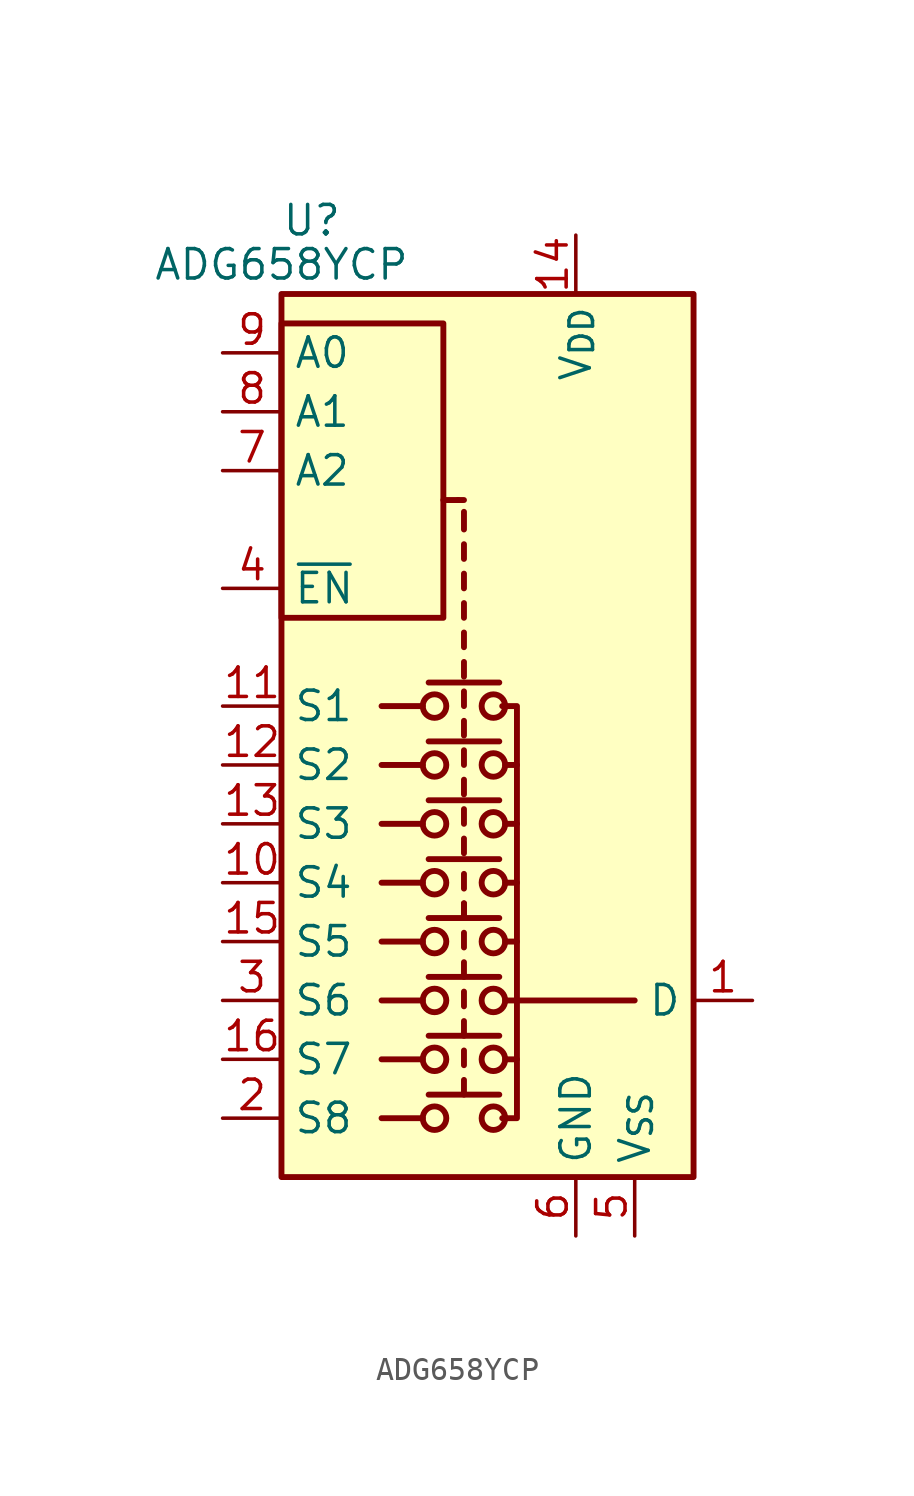
<source format=kicad_sym>
(kicad_symbol_lib
  (version 20241209)
  (generator "kicad_symbol_editor")
  (generator_version "9.0")
  (symbol "ADG658YCP"
    (property "Reference" "U"
      (at -7.62 23.495 0)
      (effects (font (size 1.27 1.27)) (justify left)))
    (property "Value" "ADG658YCP"
      (at -7.62 21.59 0)
      (effects (font (size 1.27 1.27))))
    (symbol "ADG658YCP_0_0"
      (pin power_in line (at 5.08 -20.32 90) (length 2.54) (name "GND" (effects (font (size 1.27 1.27)))) (number "6" (effects (font (size 1.27 1.27))))))
    (symbol "ADG658YCP_0_1"
      (rectangle (start -7.62 20.32) (end 10.16 -17.78) (stroke (width 0.254) (type default)) (fill (type background)))
      (rectangle (start -7.62 6.35) (end -0.635 19.05) (stroke (width 0.254) (type default)) (fill (type none)))
      (polyline (pts (xy -1.524 2.54) (xy -3.302 2.54)) (stroke (width 0.254) (type default)) (fill (type none)))
      (polyline (pts (xy -1.524 0) (xy -3.302 0)) (stroke (width 0.254) (type default)) (fill (type none)))
      (polyline (pts (xy -1.524 -2.54) (xy -3.302 -2.54)) (stroke (width 0.254) (type default)) (fill (type none)))
      (polyline (pts (xy -1.524 -5.08) (xy -3.302 -5.08)) (stroke (width 0.254) (type default)) (fill (type none)))
      (polyline (pts (xy -1.524 -7.62) (xy -3.302 -7.62)) (stroke (width 0.254) (type default)) (fill (type none)))
      (polyline (pts (xy -1.524 -10.16) (xy -3.302 -10.16)) (stroke (width 0.254) (type default)) (fill (type none)))
      (polyline (pts (xy -1.524 -12.7) (xy -3.302 -12.7)) (stroke (width 0.254) (type default)) (fill (type none)))
      (polyline (pts (xy -1.524 -15.24) (xy -3.302 -15.24)) (stroke (width 0.254) (type default)) (fill (type none)))
      (polyline (pts (xy -1.27 3.556) (xy 1.778 3.556)) (stroke (width 0.254) (type default)) (fill (type none)))
      (polyline (pts (xy -1.27 1.016) (xy 1.778 1.016)) (stroke (width 0.254) (type default)) (fill (type none)))
      (polyline (pts (xy -1.27 -1.524) (xy 1.778 -1.524)) (stroke (width 0.254) (type default)) (fill (type none)))
      (polyline (pts (xy -1.27 -4.064) (xy 1.778 -4.064)) (stroke (width 0.254) (type default)) (fill (type none)))
      (polyline (pts (xy -1.27 -6.604) (xy 1.778 -6.604)) (stroke (width 0.254) (type default)) (fill (type none)))
      (polyline (pts (xy -1.27 -9.144) (xy 1.778 -9.144)) (stroke (width 0.254) (type default)) (fill (type none)))
      (polyline (pts (xy -1.27 -11.684) (xy 1.778 -11.684)) (stroke (width 0.254) (type default)) (fill (type none)))
      (polyline (pts (xy -1.27 -14.224) (xy 1.778 -14.224)) (stroke (width 0.254) (type default)) (fill (type none)))
      (circle (center -1.016 2.54) (radius 0.508) (stroke (width 0.254) (type default)) (fill (type none)))
      (circle (center -1.016 0) (radius 0.508) (stroke (width 0.254) (type default)) (fill (type none)))
      (circle (center -1.016 -2.54) (radius 0.508) (stroke (width 0.254) (type default)) (fill (type none)))
      (circle (center -1.016 -5.08) (radius 0.508) (stroke (width 0.254) (type default)) (fill (type none)))
      (circle (center -1.016 -7.62) (radius 0.508) (stroke (width 0.254) (type default)) (fill (type none)))
      (circle (center -1.016 -10.16) (radius 0.508) (stroke (width 0.254) (type default)) (fill (type none)))
      (circle (center -1.016 -12.7) (radius 0.508) (stroke (width 0.254) (type default)) (fill (type none)))
      (circle (center -1.016 -15.24) (radius 0.508) (stroke (width 0.254) (type default)) (fill (type none)))
      (polyline (pts (xy -0.635 11.43) (xy 0 11.43)) (stroke (width 0.254) (type default)) (fill (type none)))
      (polyline (pts (xy 0.254 11.43) (xy 0 11.43)) (stroke (width 0.254) (type default)) (fill (type none)))
      (polyline (pts (xy 0.254 10.16) (xy 0.254 10.922)) (stroke (width 0.254) (type default)) (fill (type none)))
      (polyline (pts (xy 0.254 8.89) (xy 0.254 9.525)) (stroke (width 0.254) (type default)) (fill (type none)))
      (polyline (pts (xy 0.254 7.62) (xy 0.254 8.255)) (stroke (width 0.254) (type default)) (fill (type none)))
      (polyline (pts (xy 0.254 6.35) (xy 0.254 6.985)) (stroke (width 0.254) (type default)) (fill (type none)))
      (polyline (pts (xy 0.254 5.08) (xy 0.254 5.715)) (stroke (width 0.254) (type default)) (fill (type none)))
      (polyline (pts (xy 0.254 3.81) (xy 0.254 4.445)) (stroke (width 0.254) (type default)) (fill (type none)))
      (polyline (pts (xy 0.254 2.54) (xy 0.254 3.175)) (stroke (width 0.254) (type default)) (fill (type none)))
      (polyline (pts (xy 0.254 1.27) (xy 0.254 1.905)) (stroke (width 0.254) (type default)) (fill (type none)))
      (polyline (pts (xy 0.254 0) (xy 0.254 0.635)) (stroke (width 0.254) (type default)) (fill (type none)))
      (polyline (pts (xy 0.254 -1.27) (xy 0.254 -0.635)) (stroke (width 0.254) (type default)) (fill (type none)))
      (polyline (pts (xy 0.254 -2.54) (xy 0.254 -1.905)) (stroke (width 0.254) (type default)) (fill (type none)))
      (polyline (pts (xy 0.254 -3.81) (xy 0.254 -3.175)) (stroke (width 0.254) (type default)) (fill (type none)))
      (polyline (pts (xy 0.254 -5.334) (xy 0.254 -4.699)) (stroke (width 0.254) (type default)) (fill (type none)))
      (polyline (pts (xy 0.254 -6.604) (xy 0.254 -5.969)) (stroke (width 0.254) (type default)) (fill (type none)))
      (polyline (pts (xy 0.254 -6.604) (xy 0.254 -5.969)) (stroke (width 0.254) (type default)) (fill (type none)))
      (polyline (pts (xy 0.254 -7.874) (xy 0.254 -7.239)) (stroke (width 0.254) (type default)) (fill (type none)))
      (polyline (pts (xy 0.254 -9.144) (xy 0.254 -8.509)) (stroke (width 0.254) (type default)) (fill (type none)))
      (polyline (pts (xy 0.254 -10.414) (xy 0.254 -9.779)) (stroke (width 0.254) (type default)) (fill (type none)))
      (polyline (pts (xy 0.254 -11.684) (xy 0.254 -11.049)) (stroke (width 0.254) (type default)) (fill (type none)))
      (polyline (pts (xy 0.254 -12.954) (xy 0.254 -12.319)) (stroke (width 0.254) (type default)) (fill (type none)))
      (polyline (pts (xy 0.254 -14.224) (xy 0.254 -13.589)) (stroke (width 0.254) (type default)) (fill (type none)))
      (circle (center 1.524 2.54) (radius 0.508) (stroke (width 0.254) (type default)) (fill (type none)))
      (circle (center 1.524 0) (radius 0.508) (stroke (width 0.254) (type default)) (fill (type none)))
      (circle (center 1.524 -2.54) (radius 0.508) (stroke (width 0.254) (type default)) (fill (type none)))
      (circle (center 1.524 -5.08) (radius 0.508) (stroke (width 0.254) (type default)) (fill (type none)))
      (circle (center 1.524 -7.62) (radius 0.508) (stroke (width 0.254) (type default)) (fill (type none)))
      (circle (center 1.524 -10.16) (radius 0.508) (stroke (width 0.254) (type default)) (fill (type none)))
      (circle (center 1.524 -12.7) (radius 0.508) (stroke (width 0.254) (type default)) (fill (type none)))
      (circle (center 1.524 -15.24) (radius 0.508) (stroke (width 0.254) (type default)) (fill (type none)))
      (polyline (pts (xy 1.905 2.54) (xy 2.54 2.54) (xy 2.54 -15.24) (xy 1.905 -15.24)) (stroke (width 0.254) (type default)) (fill (type none)))
      (polyline (pts (xy 2.032 0) (xy 2.54 0)) (stroke (width 0.254) (type default)) (fill (type none)))
      (polyline (pts (xy 2.032 -2.54) (xy 2.54 -2.54)) (stroke (width 0.254) (type default)) (fill (type none)))
      (polyline (pts (xy 2.032 -5.08) (xy 2.54 -5.08)) (stroke (width 0.254) (type default)) (fill (type none)))
      (polyline (pts (xy 2.032 -7.62) (xy 2.54 -7.62)) (stroke (width 0.254) (type default)) (fill (type none)))
      (polyline (pts (xy 2.032 -10.16) (xy 2.54 -10.16)) (stroke (width 0.254) (type default)) (fill (type none)))
      (polyline (pts (xy 2.032 -12.7) (xy 2.54 -12.7)) (stroke (width 0.254) (type default)) (fill (type none)))
      (polyline (pts (xy 2.54 -10.16) (xy 7.62 -10.16)) (stroke (width 0.254) (type default)) (fill (type none))))
    (symbol "ADG658YCP_1_1"
      (pin input line (at -10.16 17.78 0) (length 2.54) (name "A0" (effects (font (size 1.27 1.27)))) (number "9" (effects (font (size 1.27 1.27)))))
      (pin input line (at -10.16 15.24 0) (length 2.54) (name "A1" (effects (font (size 1.27 1.27)))) (number "8" (effects (font (size 1.27 1.27)))))
      (pin input line (at -10.16 12.7 0) (length 2.54) (name "A2" (effects (font (size 1.27 1.27)))) (number "7" (effects (font (size 1.27 1.27)))))
      (pin input line (at -10.16 7.62 0) (length 2.54) (name "~{EN}" (effects (font (size 1.27 1.27)))) (number "4" (effects (font (size 1.27 1.27)))))
      (pin bidirectional line (at -10.16 2.54 0) (length 2.54) (name "S1" (effects (font (size 1.27 1.27)))) (number "11" (effects (font (size 1.27 1.27)))))
      (pin bidirectional line (at -10.16 0 0) (length 2.54) (name "S2" (effects (font (size 1.27 1.27)))) (number "12" (effects (font (size 1.27 1.27)))))
      (pin bidirectional line (at -10.16 -2.54 0) (length 2.54) (name "S3" (effects (font (size 1.27 1.27)))) (number "13" (effects (font (size 1.27 1.27)))))
      (pin bidirectional line (at -10.16 -5.08 0) (length 2.54) (name "S4" (effects (font (size 1.27 1.27)))) (number "10" (effects (font (size 1.27 1.27)))))
      (pin bidirectional line (at -10.16 -7.62 0) (length 2.54) (name "S5" (effects (font (size 1.27 1.27)))) (number "15" (effects (font (size 1.27 1.27)))))
      (pin bidirectional line (at -10.16 -10.16 0) (length 2.54) (name "S6" (effects (font (size 1.27 1.27)))) (number "3" (effects (font (size 1.27 1.27)))))
      (pin bidirectional line (at -10.16 -12.7 0) (length 2.54) (name "S7" (effects (font (size 1.27 1.27)))) (number "16" (effects (font (size 1.27 1.27)))))
      (pin bidirectional line (at -10.16 -15.24 0) (length 2.54) (name "S8" (effects (font (size 1.27 1.27)))) (number "2" (effects (font (size 1.27 1.27)))))
      (pin no_connect line (at 2.54 -17.78 90) (length 2.54) (hide yes) (name "EPAD" (effects (font (size 1.27 1.27)))) (number "17" (effects (font (size 1.27 1.27)))))
      (pin power_in line (at 5.08 22.86 270) (length 2.54) (name "V_{DD}" (effects (font (size 1.27 1.27)))) (number "14" (effects (font (size 1.27 1.27)))))
      (pin power_in line (at 7.62 -20.32 90) (length 2.54) (name "V_{SS}" (effects (font (size 1.27 1.27)))) (number "5" (effects (font (size 1.27 1.27)))))
      (pin bidirectional line (at 12.7 -10.16 180) (length 2.54) (name "D" (effects (font (size 1.27 1.27)))) (number "1" (effects (font (size 1.27 1.27))))))))
</source>
